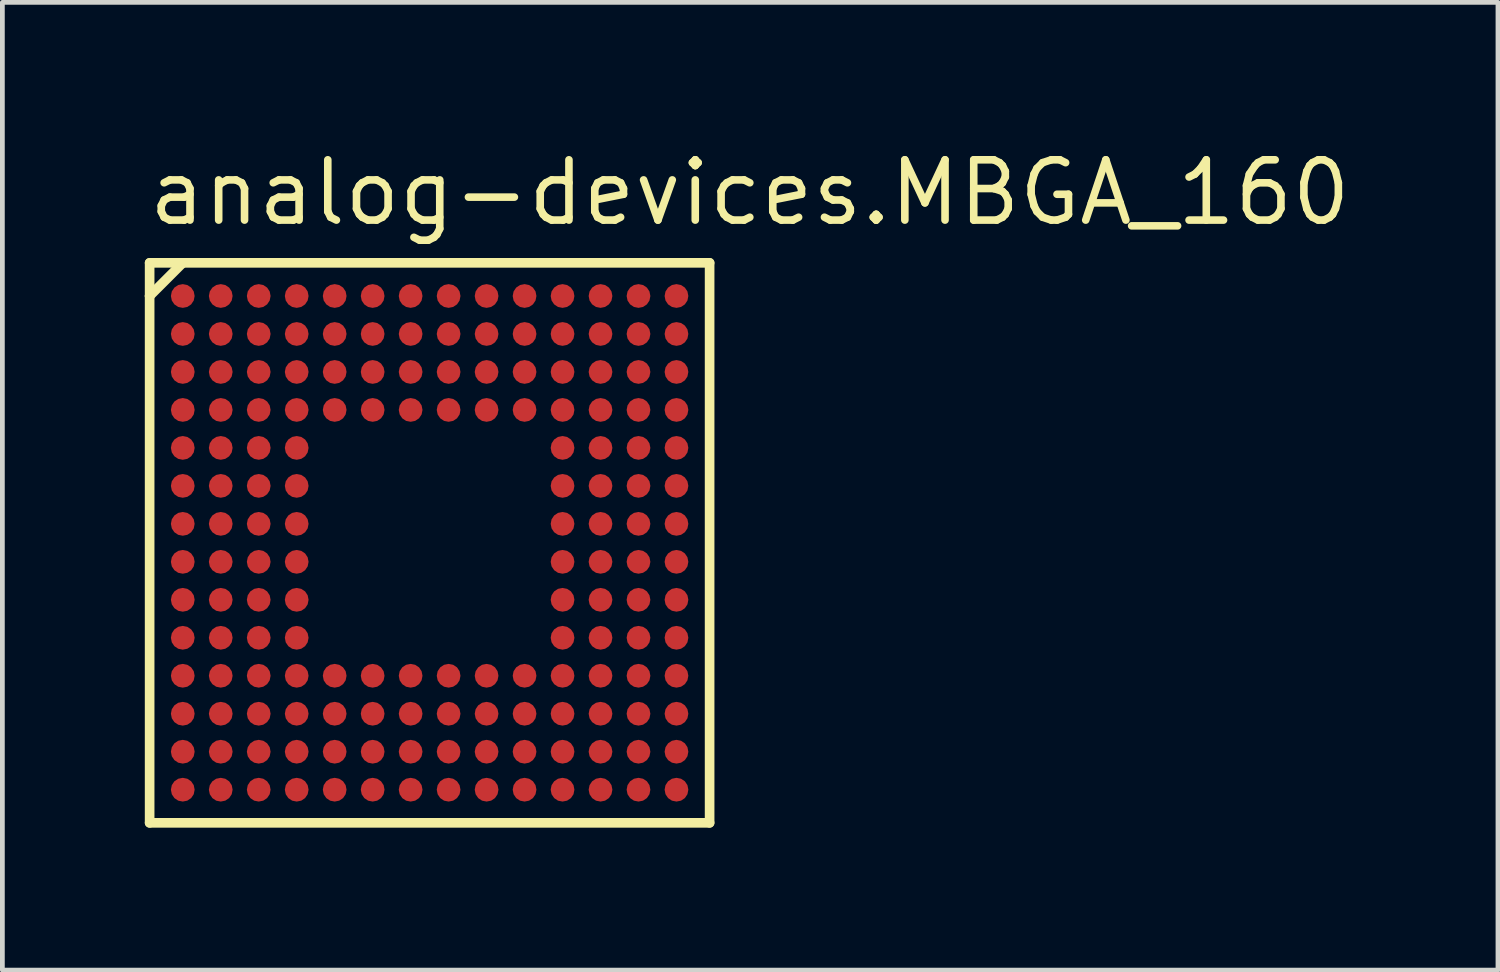
<source format=kicad_pcb>
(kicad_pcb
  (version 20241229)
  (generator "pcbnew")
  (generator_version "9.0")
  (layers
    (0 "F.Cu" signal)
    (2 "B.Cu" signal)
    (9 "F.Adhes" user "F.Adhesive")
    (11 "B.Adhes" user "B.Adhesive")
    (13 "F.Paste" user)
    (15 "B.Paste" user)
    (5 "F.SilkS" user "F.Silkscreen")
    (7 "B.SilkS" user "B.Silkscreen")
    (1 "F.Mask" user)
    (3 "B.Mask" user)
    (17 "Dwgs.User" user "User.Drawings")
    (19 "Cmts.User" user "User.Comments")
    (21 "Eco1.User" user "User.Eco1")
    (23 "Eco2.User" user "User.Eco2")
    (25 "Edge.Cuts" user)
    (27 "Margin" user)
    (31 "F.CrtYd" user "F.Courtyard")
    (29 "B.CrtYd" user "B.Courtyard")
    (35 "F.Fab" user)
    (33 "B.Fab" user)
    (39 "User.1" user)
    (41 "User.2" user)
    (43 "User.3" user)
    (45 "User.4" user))
  (footprint "analog-devices.MBGA_160"
    (layer "F.Cu")
    (at 6 8.385)
    (property "Reference" "analog-devices.MBGA_160" (at -6 -6.635 0) (layer "F.SilkS") (effects (font (size 1.27 1.27) (thickness 0.16)) (justify left bottom)))
    (attr smd)
    (fp_circle (center -5.2 -5.2) (end -4.95 -5.2) (stroke (width 0.1) (type default)) (fill no) (layer "F.Mask"))
    (fp_circle (center -5.2 -4.4) (end -4.95 -4.4) (stroke (width 0.1) (type default)) (fill no) (layer "F.Mask"))
    (fp_circle (center -5.2 -3.6) (end -4.95 -3.6) (stroke (width 0.1) (type default)) (fill no) (layer "F.Mask"))
    (fp_circle (center -5.2 -2.8) (end -4.95 -2.8) (stroke (width 0.1) (type default)) (fill no) (layer "F.Mask"))
    (fp_circle (center -5.2 -2) (end -4.95 -2) (stroke (width 0.1) (type default)) (fill no) (layer "F.Mask"))
    (fp_circle (center -5.2 -1.2) (end -4.95 -1.2) (stroke (width 0.1) (type default)) (fill no) (layer "F.Mask"))
    (fp_circle (center -5.2 -0.4) (end -4.95 -0.4) (stroke (width 0.1) (type default)) (fill no) (layer "F.Mask"))
    (fp_circle (center -5.2 0.4) (end -4.95 0.4) (stroke (width 0.1) (type default)) (fill no) (layer "F.Mask"))
    (fp_circle (center -5.2 1.2) (end -4.95 1.2) (stroke (width 0.1) (type default)) (fill no) (layer "F.Mask"))
    (fp_circle (center -5.2 2) (end -4.95 2) (stroke (width 0.1) (type default)) (fill no) (layer "F.Mask"))
    (fp_circle (center -5.2 2.8) (end -4.95 2.8) (stroke (width 0.1) (type default)) (fill no) (layer "F.Mask"))
    (fp_circle (center -5.2 3.6) (end -4.95 3.6) (stroke (width 0.1) (type default)) (fill no) (layer "F.Mask"))
    (fp_circle (center -5.2 4.4) (end -4.95 4.4) (stroke (width 0.1) (type default)) (fill no) (layer "F.Mask"))
    (fp_circle (center -5.2 5.2) (end -4.95 5.2) (stroke (width 0.1) (type default)) (fill no) (layer "F.Mask"))
    (fp_circle (center -4.4 -5.2) (end -4.15 -5.2) (stroke (width 0.1) (type default)) (fill no) (layer "F.Mask"))
    (fp_circle (center -4.4 -4.4) (end -4.15 -4.4) (stroke (width 0.1) (type default)) (fill no) (layer "F.Mask"))
    (fp_circle (center -4.4 -3.6) (end -4.15 -3.6) (stroke (width 0.1) (type default)) (fill no) (layer "F.Mask"))
    (fp_circle (center -4.4 -2.8) (end -4.15 -2.8) (stroke (width 0.1) (type default)) (fill no) (layer "F.Mask"))
    (fp_circle (center -4.4 -2) (end -4.15 -2) (stroke (width 0.1) (type default)) (fill no) (layer "F.Mask"))
    (fp_circle (center -4.4 -1.2) (end -4.15 -1.2) (stroke (width 0.1) (type default)) (fill no) (layer "F.Mask"))
    (fp_circle (center -4.4 -0.4) (end -4.15 -0.4) (stroke (width 0.1) (type default)) (fill no) (layer "F.Mask"))
    (fp_circle (center -4.4 0.4) (end -4.15 0.4) (stroke (width 0.1) (type default)) (fill no) (layer "F.Mask"))
    (fp_circle (center -4.4 1.2) (end -4.15 1.2) (stroke (width 0.1) (type default)) (fill no) (layer "F.Mask"))
    (fp_circle (center -4.4 2) (end -4.15 2) (stroke (width 0.1) (type default)) (fill no) (layer "F.Mask"))
    (fp_circle (center -4.4 2.8) (end -4.15 2.8) (stroke (width 0.1) (type default)) (fill no) (layer "F.Mask"))
    (fp_circle (center -4.4 3.6) (end -4.15 3.6) (stroke (width 0.1) (type default)) (fill no) (layer "F.Mask"))
    (fp_circle (center -4.4 4.4) (end -4.15 4.4) (stroke (width 0.1) (type default)) (fill no) (layer "F.Mask"))
    (fp_circle (center -4.4 5.2) (end -4.15 5.2) (stroke (width 0.1) (type default)) (fill no) (layer "F.Mask"))
    (fp_circle (center -3.6 -5.2) (end -3.35 -5.2) (stroke (width 0.1) (type default)) (fill no) (layer "F.Mask"))
    (fp_circle (center -3.6 -4.4) (end -3.35 -4.4) (stroke (width 0.1) (type default)) (fill no) (layer "F.Mask"))
    (fp_circle (center -3.6 -3.6) (end -3.35 -3.6) (stroke (width 0.1) (type default)) (fill no) (layer "F.Mask"))
    (fp_circle (center -3.6 -2.8) (end -3.35 -2.8) (stroke (width 0.1) (type default)) (fill no) (layer "F.Mask"))
    (fp_circle (center -3.6 -2) (end -3.35 -2) (stroke (width 0.1) (type default)) (fill no) (layer "F.Mask"))
    (fp_circle (center -3.6 -1.2) (end -3.35 -1.2) (stroke (width 0.1) (type default)) (fill no) (layer "F.Mask"))
    (fp_circle (center -3.6 -0.4) (end -3.35 -0.4) (stroke (width 0.1) (type default)) (fill no) (layer "F.Mask"))
    (fp_circle (center -3.6 0.4) (end -3.35 0.4) (stroke (width 0.1) (type default)) (fill no) (layer "F.Mask"))
    (fp_circle (center -3.6 1.2) (end -3.35 1.2) (stroke (width 0.1) (type default)) (fill no) (layer "F.Mask"))
    (fp_circle (center -3.6 2) (end -3.35 2) (stroke (width 0.1) (type default)) (fill no) (layer "F.Mask"))
    (fp_circle (center -3.6 2.8) (end -3.35 2.8) (stroke (width 0.1) (type default)) (fill no) (layer "F.Mask"))
    (fp_circle (center -3.6 3.6) (end -3.35 3.6) (stroke (width 0.1) (type default)) (fill no) (layer "F.Mask"))
    (fp_circle (center -3.6 4.4) (end -3.35 4.4) (stroke (width 0.1) (type default)) (fill no) (layer "F.Mask"))
    (fp_circle (center -3.6 5.2) (end -3.35 5.2) (stroke (width 0.1) (type default)) (fill no) (layer "F.Mask"))
    (fp_circle (center -2.8 -5.2) (end -2.55 -5.2) (stroke (width 0.1) (type default)) (fill no) (layer "F.Mask"))
    (fp_circle (center -2.8 -4.4) (end -2.55 -4.4) (stroke (width 0.1) (type default)) (fill no) (layer "F.Mask"))
    (fp_circle (center -2.8 -3.6) (end -2.55 -3.6) (stroke (width 0.1) (type default)) (fill no) (layer "F.Mask"))
    (fp_circle (center -2.8 -2.8) (end -2.55 -2.8) (stroke (width 0.1) (type default)) (fill no) (layer "F.Mask"))
    (fp_circle (center -2.8 -2) (end -2.55 -2) (stroke (width 0.1) (type default)) (fill no) (layer "F.Mask"))
    (fp_circle (center -2.8 -1.2) (end -2.55 -1.2) (stroke (width 0.1) (type default)) (fill no) (layer "F.Mask"))
    (fp_circle (center -2.8 -0.4) (end -2.55 -0.4) (stroke (width 0.1) (type default)) (fill no) (layer "F.Mask"))
    (fp_circle (center -2.8 0.4) (end -2.55 0.4) (stroke (width 0.1) (type default)) (fill no) (layer "F.Mask"))
    (fp_circle (center -2.8 1.2) (end -2.55 1.2) (stroke (width 0.1) (type default)) (fill no) (layer "F.Mask"))
    (fp_circle (center -2.8 2) (end -2.55 2) (stroke (width 0.1) (type default)) (fill no) (layer "F.Mask"))
    (fp_circle (center -2.8 2.8) (end -2.55 2.8) (stroke (width 0.1) (type default)) (fill no) (layer "F.Mask"))
    (fp_circle (center -2.8 3.6) (end -2.55 3.6) (stroke (width 0.1) (type default)) (fill no) (layer "F.Mask"))
    (fp_circle (center -2.8 4.4) (end -2.55 4.4) (stroke (width 0.1) (type default)) (fill no) (layer "F.Mask"))
    (fp_circle (center -2.8 5.2) (end -2.55 5.2) (stroke (width 0.1) (type default)) (fill no) (layer "F.Mask"))
    (fp_circle (center -2 -5.2) (end -1.75 -5.2) (stroke (width 0.1) (type default)) (fill no) (layer "F.Mask"))
    (fp_circle (center -2 -4.4) (end -1.75 -4.4) (stroke (width 0.1) (type default)) (fill no) (layer "F.Mask"))
    (fp_circle (center -2 -3.6) (end -1.75 -3.6) (stroke (width 0.1) (type default)) (fill no) (layer "F.Mask"))
    (fp_circle (center -2 -2.8) (end -1.75 -2.8) (stroke (width 0.1) (type default)) (fill no) (layer "F.Mask"))
    (fp_circle (center -2 2.8) (end -1.75 2.8) (stroke (width 0.1) (type default)) (fill no) (layer "F.Mask"))
    (fp_circle (center -2 3.6) (end -1.75 3.6) (stroke (width 0.1) (type default)) (fill no) (layer "F.Mask"))
    (fp_circle (center -2 4.4) (end -1.75 4.4) (stroke (width 0.1) (type default)) (fill no) (layer "F.Mask"))
    (fp_circle (center -2 5.2) (end -1.75 5.2) (stroke (width 0.1) (type default)) (fill no) (layer "F.Mask"))
    (fp_circle (center -1.2 -5.2) (end -0.95 -5.2) (stroke (width 0.1) (type default)) (fill no) (layer "F.Mask"))
    (fp_circle (center -1.2 -4.4) (end -0.95 -4.4) (stroke (width 0.1) (type default)) (fill no) (layer "F.Mask"))
    (fp_circle (center -1.2 -3.6) (end -0.95 -3.6) (stroke (width 0.1) (type default)) (fill no) (layer "F.Mask"))
    (fp_circle (center -1.2 -2.8) (end -0.95 -2.8) (stroke (width 0.1) (type default)) (fill no) (layer "F.Mask"))
    (fp_circle (center -1.2 2.8) (end -0.95 2.8) (stroke (width 0.1) (type default)) (fill no) (layer "F.Mask"))
    (fp_circle (center -1.2 3.6) (end -0.95 3.6) (stroke (width 0.1) (type default)) (fill no) (layer "F.Mask"))
    (fp_circle (center -1.2 4.4) (end -0.95 4.4) (stroke (width 0.1) (type default)) (fill no) (layer "F.Mask"))
    (fp_circle (center -1.2 5.2) (end -0.95 5.2) (stroke (width 0.1) (type default)) (fill no) (layer "F.Mask"))
    (fp_circle (center -0.4 -5.2) (end -0.15 -5.2) (stroke (width 0.1) (type default)) (fill no) (layer "F.Mask"))
    (fp_circle (center -0.4 -4.4) (end -0.15 -4.4) (stroke (width 0.1) (type default)) (fill no) (layer "F.Mask"))
    (fp_circle (center -0.4 -3.6) (end -0.15 -3.6) (stroke (width 0.1) (type default)) (fill no) (layer "F.Mask"))
    (fp_circle (center -0.4 -2.8) (end -0.15 -2.8) (stroke (width 0.1) (type default)) (fill no) (layer "F.Mask"))
    (fp_circle (center -0.4 2.8) (end -0.15 2.8) (stroke (width 0.1) (type default)) (fill no) (layer "F.Mask"))
    (fp_circle (center -0.4 3.6) (end -0.15 3.6) (stroke (width 0.1) (type default)) (fill no) (layer "F.Mask"))
    (fp_circle (center -0.4 4.4) (end -0.15 4.4) (stroke (width 0.1) (type default)) (fill no) (layer "F.Mask"))
    (fp_circle (center -0.4 5.2) (end -0.15 5.2) (stroke (width 0.1) (type default)) (fill no) (layer "F.Mask"))
    (fp_circle (center 0.4 -5.2) (end 0.65 -5.2) (stroke (width 0.1) (type default)) (fill no) (layer "F.Mask"))
    (fp_circle (center 0.4 -4.4) (end 0.65 -4.4) (stroke (width 0.1) (type default)) (fill no) (layer "F.Mask"))
    (fp_circle (center 0.4 -3.6) (end 0.65 -3.6) (stroke (width 0.1) (type default)) (fill no) (layer "F.Mask"))
    (fp_circle (center 0.4 -2.8) (end 0.65 -2.8) (stroke (width 0.1) (type default)) (fill no) (layer "F.Mask"))
    (fp_circle (center 0.4 2.8) (end 0.65 2.8) (stroke (width 0.1) (type default)) (fill no) (layer "F.Mask"))
    (fp_circle (center 0.4 3.6) (end 0.65 3.6) (stroke (width 0.1) (type default)) (fill no) (layer "F.Mask"))
    (fp_circle (center 0.4 4.4) (end 0.65 4.4) (stroke (width 0.1) (type default)) (fill no) (layer "F.Mask"))
    (fp_circle (center 0.4 5.2) (end 0.65 5.2) (stroke (width 0.1) (type default)) (fill no) (layer "F.Mask"))
    (fp_circle (center 1.2 -5.2) (end 1.45 -5.2) (stroke (width 0.1) (type default)) (fill no) (layer "F.Mask"))
    (fp_circle (center 1.2 -4.4) (end 1.45 -4.4) (stroke (width 0.1) (type default)) (fill no) (layer "F.Mask"))
    (fp_circle (center 1.2 -3.6) (end 1.45 -3.6) (stroke (width 0.1) (type default)) (fill no) (layer "F.Mask"))
    (fp_circle (center 1.2 -2.8) (end 1.45 -2.8) (stroke (width 0.1) (type default)) (fill no) (layer "F.Mask"))
    (fp_circle (center 1.2 2.8) (end 1.45 2.8) (stroke (width 0.1) (type default)) (fill no) (layer "F.Mask"))
    (fp_circle (center 1.2 3.6) (end 1.45 3.6) (stroke (width 0.1) (type default)) (fill no) (layer "F.Mask"))
    (fp_circle (center 1.2 4.4) (end 1.45 4.4) (stroke (width 0.1) (type default)) (fill no) (layer "F.Mask"))
    (fp_circle (center 1.2 5.2) (end 1.45 5.2) (stroke (width 0.1) (type default)) (fill no) (layer "F.Mask"))
    (fp_circle (center 2 -5.2) (end 2.25 -5.2) (stroke (width 0.1) (type default)) (fill no) (layer "F.Mask"))
    (fp_circle (center 2 -4.4) (end 2.25 -4.4) (stroke (width 0.1) (type default)) (fill no) (layer "F.Mask"))
    (fp_circle (center 2 -3.6) (end 2.25 -3.6) (stroke (width 0.1) (type default)) (fill no) (layer "F.Mask"))
    (fp_circle (center 2 -2.8) (end 2.25 -2.8) (stroke (width 0.1) (type default)) (fill no) (layer "F.Mask"))
    (fp_circle (center 2 2.8) (end 2.25 2.8) (stroke (width 0.1) (type default)) (fill no) (layer "F.Mask"))
    (fp_circle (center 2 3.6) (end 2.25 3.6) (stroke (width 0.1) (type default)) (fill no) (layer "F.Mask"))
    (fp_circle (center 2 4.4) (end 2.25 4.4) (stroke (width 0.1) (type default)) (fill no) (layer "F.Mask"))
    (fp_circle (center 2 5.2) (end 2.25 5.2) (stroke (width 0.1) (type default)) (fill no) (layer "F.Mask"))
    (fp_circle (center 2.8 -5.2) (end 3.05 -5.2) (stroke (width 0.1) (type default)) (fill no) (layer "F.Mask"))
    (fp_circle (center 2.8 -4.4) (end 3.05 -4.4) (stroke (width 0.1) (type default)) (fill no) (layer "F.Mask"))
    (fp_circle (center 2.8 -3.6) (end 3.05 -3.6) (stroke (width 0.1) (type default)) (fill no) (layer "F.Mask"))
    (fp_circle (center 2.8 -2.8) (end 3.05 -2.8) (stroke (width 0.1) (type default)) (fill no) (layer "F.Mask"))
    (fp_circle (center 2.8 -2) (end 3.05 -2) (stroke (width 0.1) (type default)) (fill no) (layer "F.Mask"))
    (fp_circle (center 2.8 -1.2) (end 3.05 -1.2) (stroke (width 0.1) (type default)) (fill no) (layer "F.Mask"))
    (fp_circle (center 2.8 -0.4) (end 3.05 -0.4) (stroke (width 0.1) (type default)) (fill no) (layer "F.Mask"))
    (fp_circle (center 2.8 0.4) (end 3.05 0.4) (stroke (width 0.1) (type default)) (fill no) (layer "F.Mask"))
    (fp_circle (center 2.8 1.2) (end 3.05 1.2) (stroke (width 0.1) (type default)) (fill no) (layer "F.Mask"))
    (fp_circle (center 2.8 2) (end 3.05 2) (stroke (width 0.1) (type default)) (fill no) (layer "F.Mask"))
    (fp_circle (center 2.8 2.8) (end 3.05 2.8) (stroke (width 0.1) (type default)) (fill no) (layer "F.Mask"))
    (fp_circle (center 2.8 3.6) (end 3.05 3.6) (stroke (width 0.1) (type default)) (fill no) (layer "F.Mask"))
    (fp_circle (center 2.8 4.4) (end 3.05 4.4) (stroke (width 0.1) (type default)) (fill no) (layer "F.Mask"))
    (fp_circle (center 2.8 5.2) (end 3.05 5.2) (stroke (width 0.1) (type default)) (fill no) (layer "F.Mask"))
    (fp_circle (center 3.6 -5.2) (end 3.85 -5.2) (stroke (width 0.1) (type default)) (fill no) (layer "F.Mask"))
    (fp_circle (center 3.6 -4.4) (end 3.85 -4.4) (stroke (width 0.1) (type default)) (fill no) (layer "F.Mask"))
    (fp_circle (center 3.6 -3.6) (end 3.85 -3.6) (stroke (width 0.1) (type default)) (fill no) (layer "F.Mask"))
    (fp_circle (center 3.6 -2.8) (end 3.85 -2.8) (stroke (width 0.1) (type default)) (fill no) (layer "F.Mask"))
    (fp_circle (center 3.6 -2) (end 3.85 -2) (stroke (width 0.1) (type default)) (fill no) (layer "F.Mask"))
    (fp_circle (center 3.6 -1.2) (end 3.85 -1.2) (stroke (width 0.1) (type default)) (fill no) (layer "F.Mask"))
    (fp_circle (center 3.6 -0.4) (end 3.85 -0.4) (stroke (width 0.1) (type default)) (fill no) (layer "F.Mask"))
    (fp_circle (center 3.6 0.4) (end 3.85 0.4) (stroke (width 0.1) (type default)) (fill no) (layer "F.Mask"))
    (fp_circle (center 3.6 1.2) (end 3.85 1.2) (stroke (width 0.1) (type default)) (fill no) (layer "F.Mask"))
    (fp_circle (center 3.6 2) (end 3.85 2) (stroke (width 0.1) (type default)) (fill no) (layer "F.Mask"))
    (fp_circle (center 3.6 2.8) (end 3.85 2.8) (stroke (width 0.1) (type default)) (fill no) (layer "F.Mask"))
    (fp_circle (center 3.6 3.6) (end 3.85 3.6) (stroke (width 0.1) (type default)) (fill no) (layer "F.Mask"))
    (fp_circle (center 3.6 4.4) (end 3.85 4.4) (stroke (width 0.1) (type default)) (fill no) (layer "F.Mask"))
    (fp_circle (center 3.6 5.2) (end 3.85 5.2) (stroke (width 0.1) (type default)) (fill no) (layer "F.Mask"))
    (fp_circle (center 4.4 -5.2) (end 4.65 -5.2) (stroke (width 0.1) (type default)) (fill no) (layer "F.Mask"))
    (fp_circle (center 4.4 -4.4) (end 4.65 -4.4) (stroke (width 0.1) (type default)) (fill no) (layer "F.Mask"))
    (fp_circle (center 4.4 -3.6) (end 4.65 -3.6) (stroke (width 0.1) (type default)) (fill no) (layer "F.Mask"))
    (fp_circle (center 4.4 -2.8) (end 4.65 -2.8) (stroke (width 0.1) (type default)) (fill no) (layer "F.Mask"))
    (fp_circle (center 4.4 -2) (end 4.65 -2) (stroke (width 0.1) (type default)) (fill no) (layer "F.Mask"))
    (fp_circle (center 4.4 -1.2) (end 4.65 -1.2) (stroke (width 0.1) (type default)) (fill no) (layer "F.Mask"))
    (fp_circle (center 4.4 -0.4) (end 4.65 -0.4) (stroke (width 0.1) (type default)) (fill no) (layer "F.Mask"))
    (fp_circle (center 4.4 0.4) (end 4.65 0.4) (stroke (width 0.1) (type default)) (fill no) (layer "F.Mask"))
    (fp_circle (center 4.4 1.2) (end 4.65 1.2) (stroke (width 0.1) (type default)) (fill no) (layer "F.Mask"))
    (fp_circle (center 4.4 2) (end 4.65 2) (stroke (width 0.1) (type default)) (fill no) (layer "F.Mask"))
    (fp_circle (center 4.4 2.8) (end 4.65 2.8) (stroke (width 0.1) (type default)) (fill no) (layer "F.Mask"))
    (fp_circle (center 4.4 3.6) (end 4.65 3.6) (stroke (width 0.1) (type default)) (fill no) (layer "F.Mask"))
    (fp_circle (center 4.4 4.4) (end 4.65 4.4) (stroke (width 0.1) (type default)) (fill no) (layer "F.Mask"))
    (fp_circle (center 4.4 5.2) (end 4.65 5.2) (stroke (width 0.1) (type default)) (fill no) (layer "F.Mask"))
    (fp_circle (center 5.2 -5.2) (end 5.45 -5.2) (stroke (width 0.1) (type default)) (fill no) (layer "F.Mask"))
    (fp_circle (center 5.2 -4.4) (end 5.45 -4.4) (stroke (width 0.1) (type default)) (fill no) (layer "F.Mask"))
    (fp_circle (center 5.2 -3.6) (end 5.45 -3.6) (stroke (width 0.1) (type default)) (fill no) (layer "F.Mask"))
    (fp_circle (center 5.2 -2.8) (end 5.45 -2.8) (stroke (width 0.1) (type default)) (fill no) (layer "F.Mask"))
    (fp_circle (center 5.2 -2) (end 5.45 -2) (stroke (width 0.1) (type default)) (fill no) (layer "F.Mask"))
    (fp_circle (center 5.2 -1.2) (end 5.45 -1.2) (stroke (width 0.1) (type default)) (fill no) (layer "F.Mask"))
    (fp_circle (center 5.2 -0.4) (end 5.45 -0.4) (stroke (width 0.1) (type default)) (fill no) (layer "F.Mask"))
    (fp_circle (center 5.2 0.4) (end 5.45 0.4) (stroke (width 0.1) (type default)) (fill no) (layer "F.Mask"))
    (fp_circle (center 5.2 1.2) (end 5.45 1.2) (stroke (width 0.1) (type default)) (fill no) (layer "F.Mask"))
    (fp_circle (center 5.2 2) (end 5.45 2) (stroke (width 0.1) (type default)) (fill no) (layer "F.Mask"))
    (fp_circle (center 5.2 2.8) (end 5.45 2.8) (stroke (width 0.1) (type default)) (fill no) (layer "F.Mask"))
    (fp_circle (center 5.2 3.6) (end 5.45 3.6) (stroke (width 0.1) (type default)) (fill no) (layer "F.Mask"))
    (fp_circle (center 5.2 4.4) (end 5.45 4.4) (stroke (width 0.1) (type default)) (fill no) (layer "F.Mask"))
    (fp_circle (center 5.2 5.2) (end 5.45 5.2) (stroke (width 0.1) (type default)) (fill no) (layer "F.Mask"))
    (fp_line (start -5.898 -5.898) (end -5.898 -5.2) (stroke (width 0.203) (type default)) (layer "F.SilkS"))
    (fp_line (start -5.898 -5.2) (end -5.898 5.898) (stroke (width 0.203) (type default)) (layer "F.SilkS"))
    (fp_line (start -5.898 -5.2) (end -5.2 -5.898) (stroke (width 0.203) (type default)) (layer "F.SilkS"))
    (fp_line (start -5.898 5.898) (end 5.898 5.898) (stroke (width 0.203) (type default)) (layer "F.SilkS"))
    (fp_line (start -5.2 -5.898) (end -5.898 -5.898) (stroke (width 0.203) (type default)) (layer "F.SilkS"))
    (fp_line (start 5.898 -5.898) (end -5.2 -5.898) (stroke (width 0.203) (type default)) (layer "F.SilkS"))
    (fp_line (start 5.898 5.898) (end 5.898 -5.898) (stroke (width 0.203) (type default)) (layer "F.SilkS"))
    (pad "A1" smd roundrect (at -5.2 -5.2) (size 0.5 0.5) (layers "F.Cu" "F.Mask" "F.Paste") (roundrect_rratio 0.5))
    (pad "A2" smd roundrect (at -4.4 -5.2) (size 0.5 0.5) (layers "F.Cu" "F.Mask" "F.Paste") (roundrect_rratio 0.5))
    (pad "A3" smd roundrect (at -3.6 -5.2) (size 0.5 0.5) (layers "F.Cu" "F.Mask" "F.Paste") (roundrect_rratio 0.5))
    (pad "A4" smd roundrect (at -2.8 -5.2) (size 0.5 0.5) (layers "F.Cu" "F.Mask" "F.Paste") (roundrect_rratio 0.5))
    (pad "A5" smd roundrect (at -2 -5.2) (size 0.5 0.5) (layers "F.Cu" "F.Mask" "F.Paste") (roundrect_rratio 0.5))
    (pad "A6" smd roundrect (at -1.2 -5.2) (size 0.5 0.5) (layers "F.Cu" "F.Mask" "F.Paste") (roundrect_rratio 0.5))
    (pad "A7" smd roundrect (at -0.4 -5.2) (size 0.5 0.5) (layers "F.Cu" "F.Mask" "F.Paste") (roundrect_rratio 0.5))
    (pad "A8" smd roundrect (at 0.4 -5.2) (size 0.5 0.5) (layers "F.Cu" "F.Mask" "F.Paste") (roundrect_rratio 0.5))
    (pad "A9" smd roundrect (at 1.2 -5.2) (size 0.5 0.5) (layers "F.Cu" "F.Mask" "F.Paste") (roundrect_rratio 0.5))
    (pad "A10" smd roundrect (at 2 -5.2) (size 0.5 0.5) (layers "F.Cu" "F.Mask" "F.Paste") (roundrect_rratio 0.5))
    (pad "A11" smd roundrect (at 2.8 -5.2) (size 0.5 0.5) (layers "F.Cu" "F.Mask" "F.Paste") (roundrect_rratio 0.5))
    (pad "A12" smd roundrect (at 3.6 -5.2) (size 0.5 0.5) (layers "F.Cu" "F.Mask" "F.Paste") (roundrect_rratio 0.5))
    (pad "A13" smd roundrect (at 4.4 -5.2) (size 0.5 0.5) (layers "F.Cu" "F.Mask" "F.Paste") (roundrect_rratio 0.5))
    (pad "A14" smd roundrect (at 5.2 -5.2) (size 0.5 0.5) (layers "F.Cu" "F.Mask" "F.Paste") (roundrect_rratio 0.5))
    (pad "B1" smd roundrect (at -5.2 -4.4) (size 0.5 0.5) (layers "F.Cu" "F.Mask" "F.Paste") (roundrect_rratio 0.5))
    (pad "B2" smd roundrect (at -4.4 -4.4) (size 0.5 0.5) (layers "F.Cu" "F.Mask" "F.Paste") (roundrect_rratio 0.5))
    (pad "B3" smd roundrect (at -3.6 -4.4) (size 0.5 0.5) (layers "F.Cu" "F.Mask" "F.Paste") (roundrect_rratio 0.5))
    (pad "B4" smd roundrect (at -2.8 -4.4) (size 0.5 0.5) (layers "F.Cu" "F.Mask" "F.Paste") (roundrect_rratio 0.5))
    (pad "B5" smd roundrect (at -2 -4.4) (size 0.5 0.5) (layers "F.Cu" "F.Mask" "F.Paste") (roundrect_rratio 0.5))
    (pad "B6" smd roundrect (at -1.2 -4.4) (size 0.5 0.5) (layers "F.Cu" "F.Mask" "F.Paste") (roundrect_rratio 0.5))
    (pad "B7" smd roundrect (at -0.4 -4.4) (size 0.5 0.5) (layers "F.Cu" "F.Mask" "F.Paste") (roundrect_rratio 0.5))
    (pad "B8" smd roundrect (at 0.4 -4.4) (size 0.5 0.5) (layers "F.Cu" "F.Mask" "F.Paste") (roundrect_rratio 0.5))
    (pad "B9" smd roundrect (at 1.2 -4.4) (size 0.5 0.5) (layers "F.Cu" "F.Mask" "F.Paste") (roundrect_rratio 0.5))
    (pad "B10" smd roundrect (at 2 -4.4) (size 0.5 0.5) (layers "F.Cu" "F.Mask" "F.Paste") (roundrect_rratio 0.5))
    (pad "B11" smd roundrect (at 2.8 -4.4) (size 0.5 0.5) (layers "F.Cu" "F.Mask" "F.Paste") (roundrect_rratio 0.5))
    (pad "B12" smd roundrect (at 3.6 -4.4) (size 0.5 0.5) (layers "F.Cu" "F.Mask" "F.Paste") (roundrect_rratio 0.5))
    (pad "B13" smd roundrect (at 4.4 -4.4) (size 0.5 0.5) (layers "F.Cu" "F.Mask" "F.Paste") (roundrect_rratio 0.5))
    (pad "B14" smd roundrect (at 5.2 -4.4) (size 0.5 0.5) (layers "F.Cu" "F.Mask" "F.Paste") (roundrect_rratio 0.5))
    (pad "C1" smd roundrect (at -5.2 -3.6) (size 0.5 0.5) (layers "F.Cu" "F.Mask" "F.Paste") (roundrect_rratio 0.5))
    (pad "C2" smd roundrect (at -4.4 -3.6) (size 0.5 0.5) (layers "F.Cu" "F.Mask" "F.Paste") (roundrect_rratio 0.5))
    (pad "C3" smd roundrect (at -3.6 -3.6) (size 0.5 0.5) (layers "F.Cu" "F.Mask" "F.Paste") (roundrect_rratio 0.5))
    (pad "C4" smd roundrect (at -2.8 -3.6) (size 0.5 0.5) (layers "F.Cu" "F.Mask" "F.Paste") (roundrect_rratio 0.5))
    (pad "C5" smd roundrect (at -2 -3.6) (size 0.5 0.5) (layers "F.Cu" "F.Mask" "F.Paste") (roundrect_rratio 0.5))
    (pad "C6" smd roundrect (at -1.2 -3.6) (size 0.5 0.5) (layers "F.Cu" "F.Mask" "F.Paste") (roundrect_rratio 0.5))
    (pad "C7" smd roundrect (at -0.4 -3.6) (size 0.5 0.5) (layers "F.Cu" "F.Mask" "F.Paste") (roundrect_rratio 0.5))
    (pad "C8" smd roundrect (at 0.4 -3.6) (size 0.5 0.5) (layers "F.Cu" "F.Mask" "F.Paste") (roundrect_rratio 0.5))
    (pad "C9" smd roundrect (at 1.2 -3.6) (size 0.5 0.5) (layers "F.Cu" "F.Mask" "F.Paste") (roundrect_rratio 0.5))
    (pad "C10" smd roundrect (at 2 -3.6) (size 0.5 0.5) (layers "F.Cu" "F.Mask" "F.Paste") (roundrect_rratio 0.5))
    (pad "C11" smd roundrect (at 2.8 -3.6) (size 0.5 0.5) (layers "F.Cu" "F.Mask" "F.Paste") (roundrect_rratio 0.5))
    (pad "C12" smd roundrect (at 3.6 -3.6) (size 0.5 0.5) (layers "F.Cu" "F.Mask" "F.Paste") (roundrect_rratio 0.5))
    (pad "C13" smd roundrect (at 4.4 -3.6) (size 0.5 0.5) (layers "F.Cu" "F.Mask" "F.Paste") (roundrect_rratio 0.5))
    (pad "C14" smd roundrect (at 5.2 -3.6) (size 0.5 0.5) (layers "F.Cu" "F.Mask" "F.Paste") (roundrect_rratio 0.5))
    (pad "D1" smd roundrect (at -5.2 -2.8) (size 0.5 0.5) (layers "F.Cu" "F.Mask" "F.Paste") (roundrect_rratio 0.5))
    (pad "D2" smd roundrect (at -4.4 -2.8) (size 0.5 0.5) (layers "F.Cu" "F.Mask" "F.Paste") (roundrect_rratio 0.5))
    (pad "D3" smd roundrect (at -3.6 -2.8) (size 0.5 0.5) (layers "F.Cu" "F.Mask" "F.Paste") (roundrect_rratio 0.5))
    (pad "D4" smd roundrect (at -2.8 -2.8) (size 0.5 0.5) (layers "F.Cu" "F.Mask" "F.Paste") (roundrect_rratio 0.5))
    (pad "D5" smd roundrect (at -2 -2.8) (size 0.5 0.5) (layers "F.Cu" "F.Mask" "F.Paste") (roundrect_rratio 0.5))
    (pad "D6" smd roundrect (at -1.2 -2.8) (size 0.5 0.5) (layers "F.Cu" "F.Mask" "F.Paste") (roundrect_rratio 0.5))
    (pad "D7" smd roundrect (at -0.4 -2.8) (size 0.5 0.5) (layers "F.Cu" "F.Mask" "F.Paste") (roundrect_rratio 0.5))
    (pad "D8" smd roundrect (at 0.4 -2.8) (size 0.5 0.5) (layers "F.Cu" "F.Mask" "F.Paste") (roundrect_rratio 0.5))
    (pad "D9" smd roundrect (at 1.2 -2.8) (size 0.5 0.5) (layers "F.Cu" "F.Mask" "F.Paste") (roundrect_rratio 0.5))
    (pad "D10" smd roundrect (at 2 -2.8) (size 0.5 0.5) (layers "F.Cu" "F.Mask" "F.Paste") (roundrect_rratio 0.5))
    (pad "D11" smd roundrect (at 2.8 -2.8) (size 0.5 0.5) (layers "F.Cu" "F.Mask" "F.Paste") (roundrect_rratio 0.5))
    (pad "D12" smd roundrect (at 3.6 -2.8) (size 0.5 0.5) (layers "F.Cu" "F.Mask" "F.Paste") (roundrect_rratio 0.5))
    (pad "D13" smd roundrect (at 4.4 -2.8) (size 0.5 0.5) (layers "F.Cu" "F.Mask" "F.Paste") (roundrect_rratio 0.5))
    (pad "D14" smd roundrect (at 5.2 -2.8) (size 0.5 0.5) (layers "F.Cu" "F.Mask" "F.Paste") (roundrect_rratio 0.5))
    (pad "E1" smd roundrect (at -5.2 -2) (size 0.5 0.5) (layers "F.Cu" "F.Mask" "F.Paste") (roundrect_rratio 0.5))
    (pad "E2" smd roundrect (at -4.4 -2) (size 0.5 0.5) (layers "F.Cu" "F.Mask" "F.Paste") (roundrect_rratio 0.5))
    (pad "E3" smd roundrect (at -3.6 -2) (size 0.5 0.5) (layers "F.Cu" "F.Mask" "F.Paste") (roundrect_rratio 0.5))
    (pad "E4" smd roundrect (at -2.8 -2) (size 0.5 0.5) (layers "F.Cu" "F.Mask" "F.Paste") (roundrect_rratio 0.5))
    (pad "E11" smd roundrect (at 2.8 -2) (size 0.5 0.5) (layers "F.Cu" "F.Mask" "F.Paste") (roundrect_rratio 0.5))
    (pad "E12" smd roundrect (at 3.6 -2) (size 0.5 0.5) (layers "F.Cu" "F.Mask" "F.Paste") (roundrect_rratio 0.5))
    (pad "E13" smd roundrect (at 4.4 -2) (size 0.5 0.5) (layers "F.Cu" "F.Mask" "F.Paste") (roundrect_rratio 0.5))
    (pad "E14" smd roundrect (at 5.2 -2) (size 0.5 0.5) (layers "F.Cu" "F.Mask" "F.Paste") (roundrect_rratio 0.5))
    (pad "F1" smd roundrect (at -5.2 -1.2) (size 0.5 0.5) (layers "F.Cu" "F.Mask" "F.Paste") (roundrect_rratio 0.5))
    (pad "F2" smd roundrect (at -4.4 -1.2) (size 0.5 0.5) (layers "F.Cu" "F.Mask" "F.Paste") (roundrect_rratio 0.5))
    (pad "F3" smd roundrect (at -3.6 -1.2) (size 0.5 0.5) (layers "F.Cu" "F.Mask" "F.Paste") (roundrect_rratio 0.5))
    (pad "F4" smd roundrect (at -2.8 -1.2) (size 0.5 0.5) (layers "F.Cu" "F.Mask" "F.Paste") (roundrect_rratio 0.5))
    (pad "F11" smd roundrect (at 2.8 -1.2) (size 0.5 0.5) (layers "F.Cu" "F.Mask" "F.Paste") (roundrect_rratio 0.5))
    (pad "F12" smd roundrect (at 3.6 -1.2) (size 0.5 0.5) (layers "F.Cu" "F.Mask" "F.Paste") (roundrect_rratio 0.5))
    (pad "F13" smd roundrect (at 4.4 -1.2) (size 0.5 0.5) (layers "F.Cu" "F.Mask" "F.Paste") (roundrect_rratio 0.5))
    (pad "F14" smd roundrect (at 5.2 -1.2) (size 0.5 0.5) (layers "F.Cu" "F.Mask" "F.Paste") (roundrect_rratio 0.5))
    (pad "G1" smd roundrect (at -5.2 -0.4) (size 0.5 0.5) (layers "F.Cu" "F.Mask" "F.Paste") (roundrect_rratio 0.5))
    (pad "G2" smd roundrect (at -4.4 -0.4) (size 0.5 0.5) (layers "F.Cu" "F.Mask" "F.Paste") (roundrect_rratio 0.5))
    (pad "G3" smd roundrect (at -3.6 -0.4) (size 0.5 0.5) (layers "F.Cu" "F.Mask" "F.Paste") (roundrect_rratio 0.5))
    (pad "G4" smd roundrect (at -2.8 -0.4) (size 0.5 0.5) (layers "F.Cu" "F.Mask" "F.Paste") (roundrect_rratio 0.5))
    (pad "G11" smd roundrect (at 2.8 -0.4) (size 0.5 0.5) (layers "F.Cu" "F.Mask" "F.Paste") (roundrect_rratio 0.5))
    (pad "G12" smd roundrect (at 3.6 -0.4) (size 0.5 0.5) (layers "F.Cu" "F.Mask" "F.Paste") (roundrect_rratio 0.5))
    (pad "G13" smd roundrect (at 4.4 -0.4) (size 0.5 0.5) (layers "F.Cu" "F.Mask" "F.Paste") (roundrect_rratio 0.5))
    (pad "G14" smd roundrect (at 5.2 -0.4) (size 0.5 0.5) (layers "F.Cu" "F.Mask" "F.Paste") (roundrect_rratio 0.5))
    (pad "H1" smd roundrect (at -5.2 0.4) (size 0.5 0.5) (layers "F.Cu" "F.Mask" "F.Paste") (roundrect_rratio 0.5))
    (pad "H2" smd roundrect (at -4.4 0.4) (size 0.5 0.5) (layers "F.Cu" "F.Mask" "F.Paste") (roundrect_rratio 0.5))
    (pad "H3" smd roundrect (at -3.6 0.4) (size 0.5 0.5) (layers "F.Cu" "F.Mask" "F.Paste") (roundrect_rratio 0.5))
    (pad "H4" smd roundrect (at -2.8 0.4) (size 0.5 0.5) (layers "F.Cu" "F.Mask" "F.Paste") (roundrect_rratio 0.5))
    (pad "H11" smd roundrect (at 2.8 0.4) (size 0.5 0.5) (layers "F.Cu" "F.Mask" "F.Paste") (roundrect_rratio 0.5))
    (pad "H12" smd roundrect (at 3.6 0.4) (size 0.5 0.5) (layers "F.Cu" "F.Mask" "F.Paste") (roundrect_rratio 0.5))
    (pad "H13" smd roundrect (at 4.4 0.4) (size 0.5 0.5) (layers "F.Cu" "F.Mask" "F.Paste") (roundrect_rratio 0.5))
    (pad "H14" smd roundrect (at 5.2 0.4) (size 0.5 0.5) (layers "F.Cu" "F.Mask" "F.Paste") (roundrect_rratio 0.5))
    (pad "J1" smd roundrect (at -5.2 1.2) (size 0.5 0.5) (layers "F.Cu" "F.Mask" "F.Paste") (roundrect_rratio 0.5))
    (pad "J2" smd roundrect (at -4.4 1.2) (size 0.5 0.5) (layers "F.Cu" "F.Mask" "F.Paste") (roundrect_rratio 0.5))
    (pad "J3" smd roundrect (at -3.6 1.2) (size 0.5 0.5) (layers "F.Cu" "F.Mask" "F.Paste") (roundrect_rratio 0.5))
    (pad "J4" smd roundrect (at -2.8 1.2) (size 0.5 0.5) (layers "F.Cu" "F.Mask" "F.Paste") (roundrect_rratio 0.5))
    (pad "J11" smd roundrect (at 2.8 1.2) (size 0.5 0.5) (layers "F.Cu" "F.Mask" "F.Paste") (roundrect_rratio 0.5))
    (pad "J12" smd roundrect (at 3.6 1.2) (size 0.5 0.5) (layers "F.Cu" "F.Mask" "F.Paste") (roundrect_rratio 0.5))
    (pad "J13" smd roundrect (at 4.4 1.2) (size 0.5 0.5) (layers "F.Cu" "F.Mask" "F.Paste") (roundrect_rratio 0.5))
    (pad "J14" smd roundrect (at 5.2 1.2) (size 0.5 0.5) (layers "F.Cu" "F.Mask" "F.Paste") (roundrect_rratio 0.5))
    (pad "K1" smd roundrect (at -5.2 2) (size 0.5 0.5) (layers "F.Cu" "F.Mask" "F.Paste") (roundrect_rratio 0.5))
    (pad "K2" smd roundrect (at -4.4 2) (size 0.5 0.5) (layers "F.Cu" "F.Mask" "F.Paste") (roundrect_rratio 0.5))
    (pad "K3" smd roundrect (at -3.6 2) (size 0.5 0.5) (layers "F.Cu" "F.Mask" "F.Paste") (roundrect_rratio 0.5))
    (pad "K4" smd roundrect (at -2.8 2) (size 0.5 0.5) (layers "F.Cu" "F.Mask" "F.Paste") (roundrect_rratio 0.5))
    (pad "K11" smd roundrect (at 2.8 2) (size 0.5 0.5) (layers "F.Cu" "F.Mask" "F.Paste") (roundrect_rratio 0.5))
    (pad "K12" smd roundrect (at 3.6 2) (size 0.5 0.5) (layers "F.Cu" "F.Mask" "F.Paste") (roundrect_rratio 0.5))
    (pad "K13" smd roundrect (at 4.4 2) (size 0.5 0.5) (layers "F.Cu" "F.Mask" "F.Paste") (roundrect_rratio 0.5))
    (pad "K14" smd roundrect (at 5.2 2) (size 0.5 0.5) (layers "F.Cu" "F.Mask" "F.Paste") (roundrect_rratio 0.5))
    (pad "L1" smd roundrect (at -5.2 2.8) (size 0.5 0.5) (layers "F.Cu" "F.Mask" "F.Paste") (roundrect_rratio 0.5))
    (pad "L2" smd roundrect (at -4.4 2.8) (size 0.5 0.5) (layers "F.Cu" "F.Mask" "F.Paste") (roundrect_rratio 0.5))
    (pad "L3" smd roundrect (at -3.6 2.8) (size 0.5 0.5) (layers "F.Cu" "F.Mask" "F.Paste") (roundrect_rratio 0.5))
    (pad "L4" smd roundrect (at -2.8 2.8) (size 0.5 0.5) (layers "F.Cu" "F.Mask" "F.Paste") (roundrect_rratio 0.5))
    (pad "L5" smd roundrect (at -2 2.8) (size 0.5 0.5) (layers "F.Cu" "F.Mask" "F.Paste") (roundrect_rratio 0.5))
    (pad "L6" smd roundrect (at -1.2 2.8) (size 0.5 0.5) (layers "F.Cu" "F.Mask" "F.Paste") (roundrect_rratio 0.5))
    (pad "L7" smd roundrect (at -0.4 2.8) (size 0.5 0.5) (layers "F.Cu" "F.Mask" "F.Paste") (roundrect_rratio 0.5))
    (pad "L8" smd roundrect (at 0.4 2.8) (size 0.5 0.5) (layers "F.Cu" "F.Mask" "F.Paste") (roundrect_rratio 0.5))
    (pad "L9" smd roundrect (at 1.2 2.8) (size 0.5 0.5) (layers "F.Cu" "F.Mask" "F.Paste") (roundrect_rratio 0.5))
    (pad "L10" smd roundrect (at 2 2.8) (size 0.5 0.5) (layers "F.Cu" "F.Mask" "F.Paste") (roundrect_rratio 0.5))
    (pad "L11" smd roundrect (at 2.8 2.8) (size 0.5 0.5) (layers "F.Cu" "F.Mask" "F.Paste") (roundrect_rratio 0.5))
    (pad "L12" smd roundrect (at 3.6 2.8) (size 0.5 0.5) (layers "F.Cu" "F.Mask" "F.Paste") (roundrect_rratio 0.5))
    (pad "L13" smd roundrect (at 4.4 2.8) (size 0.5 0.5) (layers "F.Cu" "F.Mask" "F.Paste") (roundrect_rratio 0.5))
    (pad "L14" smd roundrect (at 5.2 2.8) (size 0.5 0.5) (layers "F.Cu" "F.Mask" "F.Paste") (roundrect_rratio 0.5))
    (pad "M1" smd roundrect (at -5.2 3.6) (size 0.5 0.5) (layers "F.Cu" "F.Mask" "F.Paste") (roundrect_rratio 0.5))
    (pad "M2" smd roundrect (at -4.4 3.6) (size 0.5 0.5) (layers "F.Cu" "F.Mask" "F.Paste") (roundrect_rratio 0.5))
    (pad "M3" smd roundrect (at -3.6 3.6) (size 0.5 0.5) (layers "F.Cu" "F.Mask" "F.Paste") (roundrect_rratio 0.5))
    (pad "M4" smd roundrect (at -2.8 3.6) (size 0.5 0.5) (layers "F.Cu" "F.Mask" "F.Paste") (roundrect_rratio 0.5))
    (pad "M5" smd roundrect (at -2 3.6) (size 0.5 0.5) (layers "F.Cu" "F.Mask" "F.Paste") (roundrect_rratio 0.5))
    (pad "M6" smd roundrect (at -1.2 3.6) (size 0.5 0.5) (layers "F.Cu" "F.Mask" "F.Paste") (roundrect_rratio 0.5))
    (pad "M7" smd roundrect (at -0.4 3.6) (size 0.5 0.5) (layers "F.Cu" "F.Mask" "F.Paste") (roundrect_rratio 0.5))
    (pad "M8" smd roundrect (at 0.4 3.6) (size 0.5 0.5) (layers "F.Cu" "F.Mask" "F.Paste") (roundrect_rratio 0.5))
    (pad "M9" smd roundrect (at 1.2 3.6) (size 0.5 0.5) (layers "F.Cu" "F.Mask" "F.Paste") (roundrect_rratio 0.5))
    (pad "M10" smd roundrect (at 2 3.6) (size 0.5 0.5) (layers "F.Cu" "F.Mask" "F.Paste") (roundrect_rratio 0.5))
    (pad "M11" smd roundrect (at 2.8 3.6) (size 0.5 0.5) (layers "F.Cu" "F.Mask" "F.Paste") (roundrect_rratio 0.5))
    (pad "M12" smd roundrect (at 3.6 3.6) (size 0.5 0.5) (layers "F.Cu" "F.Mask" "F.Paste") (roundrect_rratio 0.5))
    (pad "M13" smd roundrect (at 4.4 3.6) (size 0.5 0.5) (layers "F.Cu" "F.Mask" "F.Paste") (roundrect_rratio 0.5))
    (pad "M14" smd roundrect (at 5.2 3.6) (size 0.5 0.5) (layers "F.Cu" "F.Mask" "F.Paste") (roundrect_rratio 0.5))
    (pad "N1" smd roundrect (at -5.2 4.4) (size 0.5 0.5) (layers "F.Cu" "F.Mask" "F.Paste") (roundrect_rratio 0.5))
    (pad "N2" smd roundrect (at -4.4 4.4) (size 0.5 0.5) (layers "F.Cu" "F.Mask" "F.Paste") (roundrect_rratio 0.5))
    (pad "N3" smd roundrect (at -3.6 4.4) (size 0.5 0.5) (layers "F.Cu" "F.Mask" "F.Paste") (roundrect_rratio 0.5))
    (pad "N4" smd roundrect (at -2.8 4.4) (size 0.5 0.5) (layers "F.Cu" "F.Mask" "F.Paste") (roundrect_rratio 0.5))
    (pad "N5" smd roundrect (at -2 4.4) (size 0.5 0.5) (layers "F.Cu" "F.Mask" "F.Paste") (roundrect_rratio 0.5))
    (pad "N6" smd roundrect (at -1.2 4.4) (size 0.5 0.5) (layers "F.Cu" "F.Mask" "F.Paste") (roundrect_rratio 0.5))
    (pad "N7" smd roundrect (at -0.4 4.4) (size 0.5 0.5) (layers "F.Cu" "F.Mask" "F.Paste") (roundrect_rratio 0.5))
    (pad "N8" smd roundrect (at 0.4 4.4) (size 0.5 0.5) (layers "F.Cu" "F.Mask" "F.Paste") (roundrect_rratio 0.5))
    (pad "N9" smd roundrect (at 1.2 4.4) (size 0.5 0.5) (layers "F.Cu" "F.Mask" "F.Paste") (roundrect_rratio 0.5))
    (pad "N10" smd roundrect (at 2 4.4) (size 0.5 0.5) (layers "F.Cu" "F.Mask" "F.Paste") (roundrect_rratio 0.5))
    (pad "N11" smd roundrect (at 2.8 4.4) (size 0.5 0.5) (layers "F.Cu" "F.Mask" "F.Paste") (roundrect_rratio 0.5))
    (pad "N12" smd roundrect (at 3.6 4.4) (size 0.5 0.5) (layers "F.Cu" "F.Mask" "F.Paste") (roundrect_rratio 0.5))
    (pad "N13" smd roundrect (at 4.4 4.4) (size 0.5 0.5) (layers "F.Cu" "F.Mask" "F.Paste") (roundrect_rratio 0.5))
    (pad "N14" smd roundrect (at 5.2 4.4) (size 0.5 0.5) (layers "F.Cu" "F.Mask" "F.Paste") (roundrect_rratio 0.5))
    (pad "P1" smd roundrect (at -5.2 5.2) (size 0.5 0.5) (layers "F.Cu" "F.Mask" "F.Paste") (roundrect_rratio 0.5))
    (pad "P2" smd roundrect (at -4.4 5.2) (size 0.5 0.5) (layers "F.Cu" "F.Mask" "F.Paste") (roundrect_rratio 0.5))
    (pad "P3" smd roundrect (at -3.6 5.2) (size 0.5 0.5) (layers "F.Cu" "F.Mask" "F.Paste") (roundrect_rratio 0.5))
    (pad "P4" smd roundrect (at -2.8 5.2) (size 0.5 0.5) (layers "F.Cu" "F.Mask" "F.Paste") (roundrect_rratio 0.5))
    (pad "P5" smd roundrect (at -2 5.2) (size 0.5 0.5) (layers "F.Cu" "F.Mask" "F.Paste") (roundrect_rratio 0.5))
    (pad "P6" smd roundrect (at -1.2 5.2) (size 0.5 0.5) (layers "F.Cu" "F.Mask" "F.Paste") (roundrect_rratio 0.5))
    (pad "P7" smd roundrect (at -0.4 5.2) (size 0.5 0.5) (layers "F.Cu" "F.Mask" "F.Paste") (roundrect_rratio 0.5))
    (pad "P8" smd roundrect (at 0.4 5.2) (size 0.5 0.5) (layers "F.Cu" "F.Mask" "F.Paste") (roundrect_rratio 0.5))
    (pad "P9" smd roundrect (at 1.2 5.2) (size 0.5 0.5) (layers "F.Cu" "F.Mask" "F.Paste") (roundrect_rratio 0.5))
    (pad "P10" smd roundrect (at 2 5.2) (size 0.5 0.5) (layers "F.Cu" "F.Mask" "F.Paste") (roundrect_rratio 0.5))
    (pad "P11" smd roundrect (at 2.8 5.2) (size 0.5 0.5) (layers "F.Cu" "F.Mask" "F.Paste") (roundrect_rratio 0.5))
    (pad "P12" smd roundrect (at 3.6 5.2) (size 0.5 0.5) (layers "F.Cu" "F.Mask" "F.Paste") (roundrect_rratio 0.5))
    (pad "P13" smd roundrect (at 4.4 5.2) (size 0.5 0.5) (layers "F.Cu" "F.Mask" "F.Paste") (roundrect_rratio 0.5))
    (pad "P14" smd roundrect (at 5.2 5.2) (size 0.5 0.5) (layers "F.Cu" "F.Mask" "F.Paste") (roundrect_rratio 0.5)))
  (gr_rect
    (start -3 -3)
    (end 28.505 17.385)
    (stroke (width 0.1) (type default))
    (fill no)
    (layer "Edge.Cuts")))
</source>
